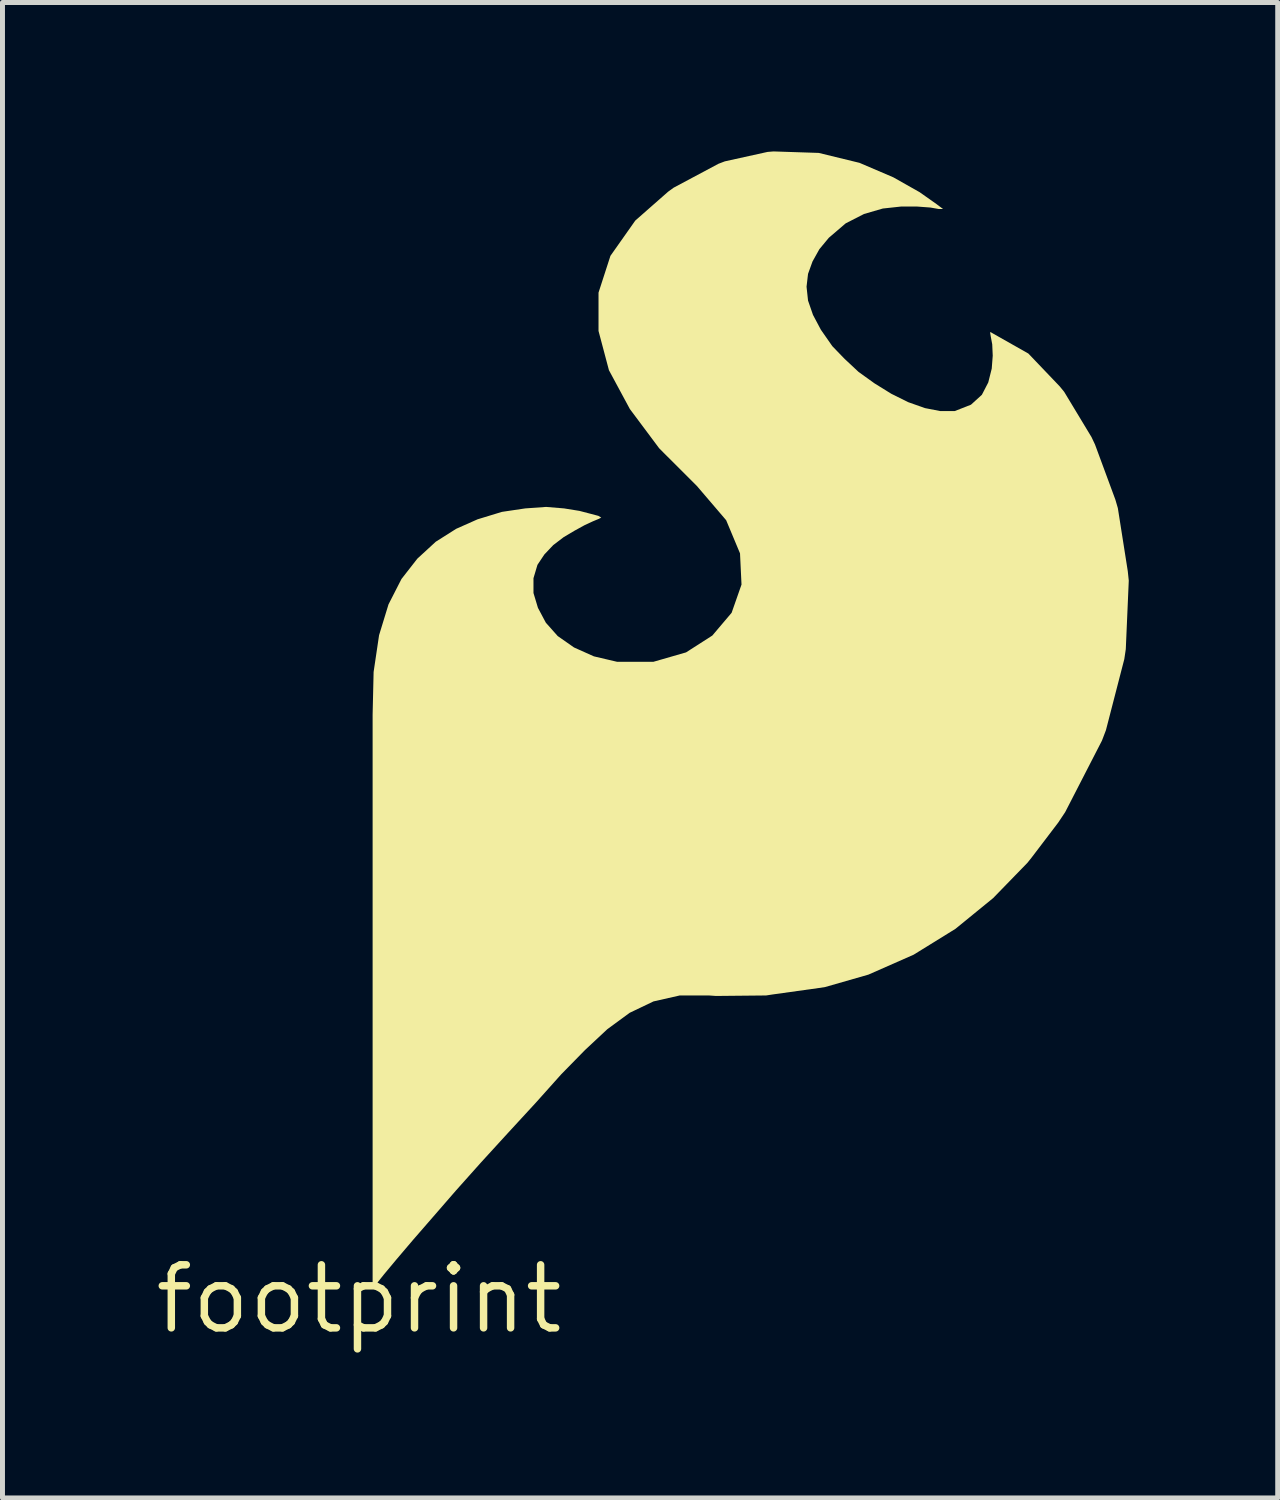
<source format=kicad_pcb>
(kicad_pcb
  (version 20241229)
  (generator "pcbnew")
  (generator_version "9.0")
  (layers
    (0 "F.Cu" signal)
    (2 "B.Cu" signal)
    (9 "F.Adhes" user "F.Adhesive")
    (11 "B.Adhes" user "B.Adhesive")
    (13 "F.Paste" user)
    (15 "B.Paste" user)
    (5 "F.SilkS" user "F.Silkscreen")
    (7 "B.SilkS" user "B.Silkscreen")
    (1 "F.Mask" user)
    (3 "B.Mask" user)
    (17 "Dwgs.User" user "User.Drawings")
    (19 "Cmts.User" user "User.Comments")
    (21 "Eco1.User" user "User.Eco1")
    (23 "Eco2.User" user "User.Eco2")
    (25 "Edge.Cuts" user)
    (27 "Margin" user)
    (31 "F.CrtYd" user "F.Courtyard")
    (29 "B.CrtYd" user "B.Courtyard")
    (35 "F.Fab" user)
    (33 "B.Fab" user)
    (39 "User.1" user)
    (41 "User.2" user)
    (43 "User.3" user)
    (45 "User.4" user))
  (footprint "footprint"
    (layer "F.Cu")
    (at 4.18 23.115)
    (property "Reference" "footprint" (at 0 0 0) (layer "F.SilkS") (effects (font (size 1.27 1.27) (thickness 0.15))))
    (fp_poly (pts (xy 9.261 -23.085) (xy 10.082 -22.885) (xy 10.762 -22.594) (xy 11.293 -22.294) (xy 11.633 -22.054) (xy 11.765 -21.955) (xy 11.68 -21.955) (xy 11.509 -21.985) (xy 11.24 -22.005) (xy 10.92 -22.005) (xy 10.551 -21.965) (xy 10.172 -21.855) (xy 9.803 -21.666) (xy 9.464 -21.376) (xy 9.274 -21.147) (xy 9.135 -20.898) (xy 9.045 -20.649) (xy 9.015 -20.39) (xy 9.045 -20.111) (xy 9.145 -19.822) (xy 9.304 -19.523) (xy 9.534 -19.193) (xy 9.784 -18.934) (xy 10.063 -18.674) (xy 10.383 -18.444) (xy 10.722 -18.234) (xy 11.062 -18.065) (xy 11.401 -17.945) (xy 11.71 -17.885) (xy 11.999 -17.885) (xy 12.327 -18.014) (xy 12.546 -18.213) (xy 12.675 -18.462) (xy 12.745 -18.741) (xy 12.765 -19) (xy 12.755 -19.229) (xy 12.725 -19.389) (xy 12.715 -19.45) (xy 12.715 -19.479) (xy 13.483 -19.044) (xy 14.114 -18.383) (xy 14.204 -18.273) (xy 14.754 -17.362) (xy 14.825 -17.212) (xy 15.235 -16.102) (xy 15.285 -15.931) (xy 15.485 -14.661) (xy 15.505 -14.47) (xy 15.445 -13.09) (xy 15.415 -12.889) (xy 15.045 -11.458) (xy 14.965 -11.248) (xy 14.224 -9.807) (xy 14.084 -9.597) (xy 13.544 -8.887) (xy 13.464 -8.787) (xy 12.773 -8.076) (xy 12.013 -7.456) (xy 11.172 -6.936) (xy 10.262 -6.535) (xy 9.391 -6.285) (xy 9.261 -6.265) (xy 8.331 -6.135) (xy 8.2 -6.115) (xy 7.19 -6.105) (xy 7.05 -6.115) (xy 6.461 -6.115) (xy 5.932 -5.995) (xy 5.453 -5.766) (xy 5.003 -5.436) (xy 4.553 -5.016) (xy 4.074 -4.527) (xy 3.564 -3.957) (xy 2.984 -3.327) (xy 2.454 -2.747) (xy 1.954 -2.187) (xy 1.494 -1.657) (xy 1.094 -1.197) (xy 0.754 -0.797) (xy 0.504 -0.497) (xy 0.344 -0.297) (xy 0.275 -0.228) (xy 0.275 -11.77) (xy 0.295 -12.63) (xy 0.405 -13.371) (xy 0.595 -13.992) (xy 0.856 -14.503) (xy 1.176 -14.913) (xy 1.547 -15.254) (xy 1.958 -15.514) (xy 2.388 -15.705) (xy 2.879 -15.855) (xy 3.349 -15.925) (xy 3.77 -15.955) (xy 4.131 -15.925) (xy 4.441 -15.875) (xy 4.671 -15.815) (xy 4.822 -15.775) (xy 4.88 -15.74) (xy 4.832 -15.715) (xy 4.712 -15.665) (xy 4.542 -15.586) (xy 4.342 -15.476) (xy 4.123 -15.346) (xy 3.913 -15.186) (xy 3.734 -14.997) (xy 3.595 -14.788) (xy 3.515 -14.519) (xy 3.515 -14.221) (xy 3.605 -13.922) (xy 3.764 -13.623) (xy 4.003 -13.354) (xy 4.332 -13.124) (xy 4.732 -12.945) (xy 5.201 -12.835) (xy 5.929 -12.835) (xy 6.588 -13.025) (xy 7.117 -13.364) (xy 7.506 -13.823) (xy 7.705 -14.391) (xy 7.675 -15.019) (xy 7.396 -15.687) (xy 6.806 -16.377) (xy 6.136 -17.046) (xy 6.046 -17.137) (xy 5.456 -17.927) (xy 5.035 -18.708) (xy 4.825 -19.499) (xy 4.825 -20.271) (xy 5.065 -21.012) (xy 5.566 -21.723) (xy 6.227 -22.304) (xy 6.337 -22.384) (xy 7.238 -22.865) (xy 7.369 -22.915) (xy 8.229 -23.105) (xy 8.35 -23.115)) (stroke (width 0) (type solid)) (fill yes) (layer "F.SilkS")))
  (gr_rect
    (start -3 -3)
    (end 22.685 27.121)
    (stroke (width 0.1) (type default))
    (fill no)
    (layer "Edge.Cuts")))
</source>
